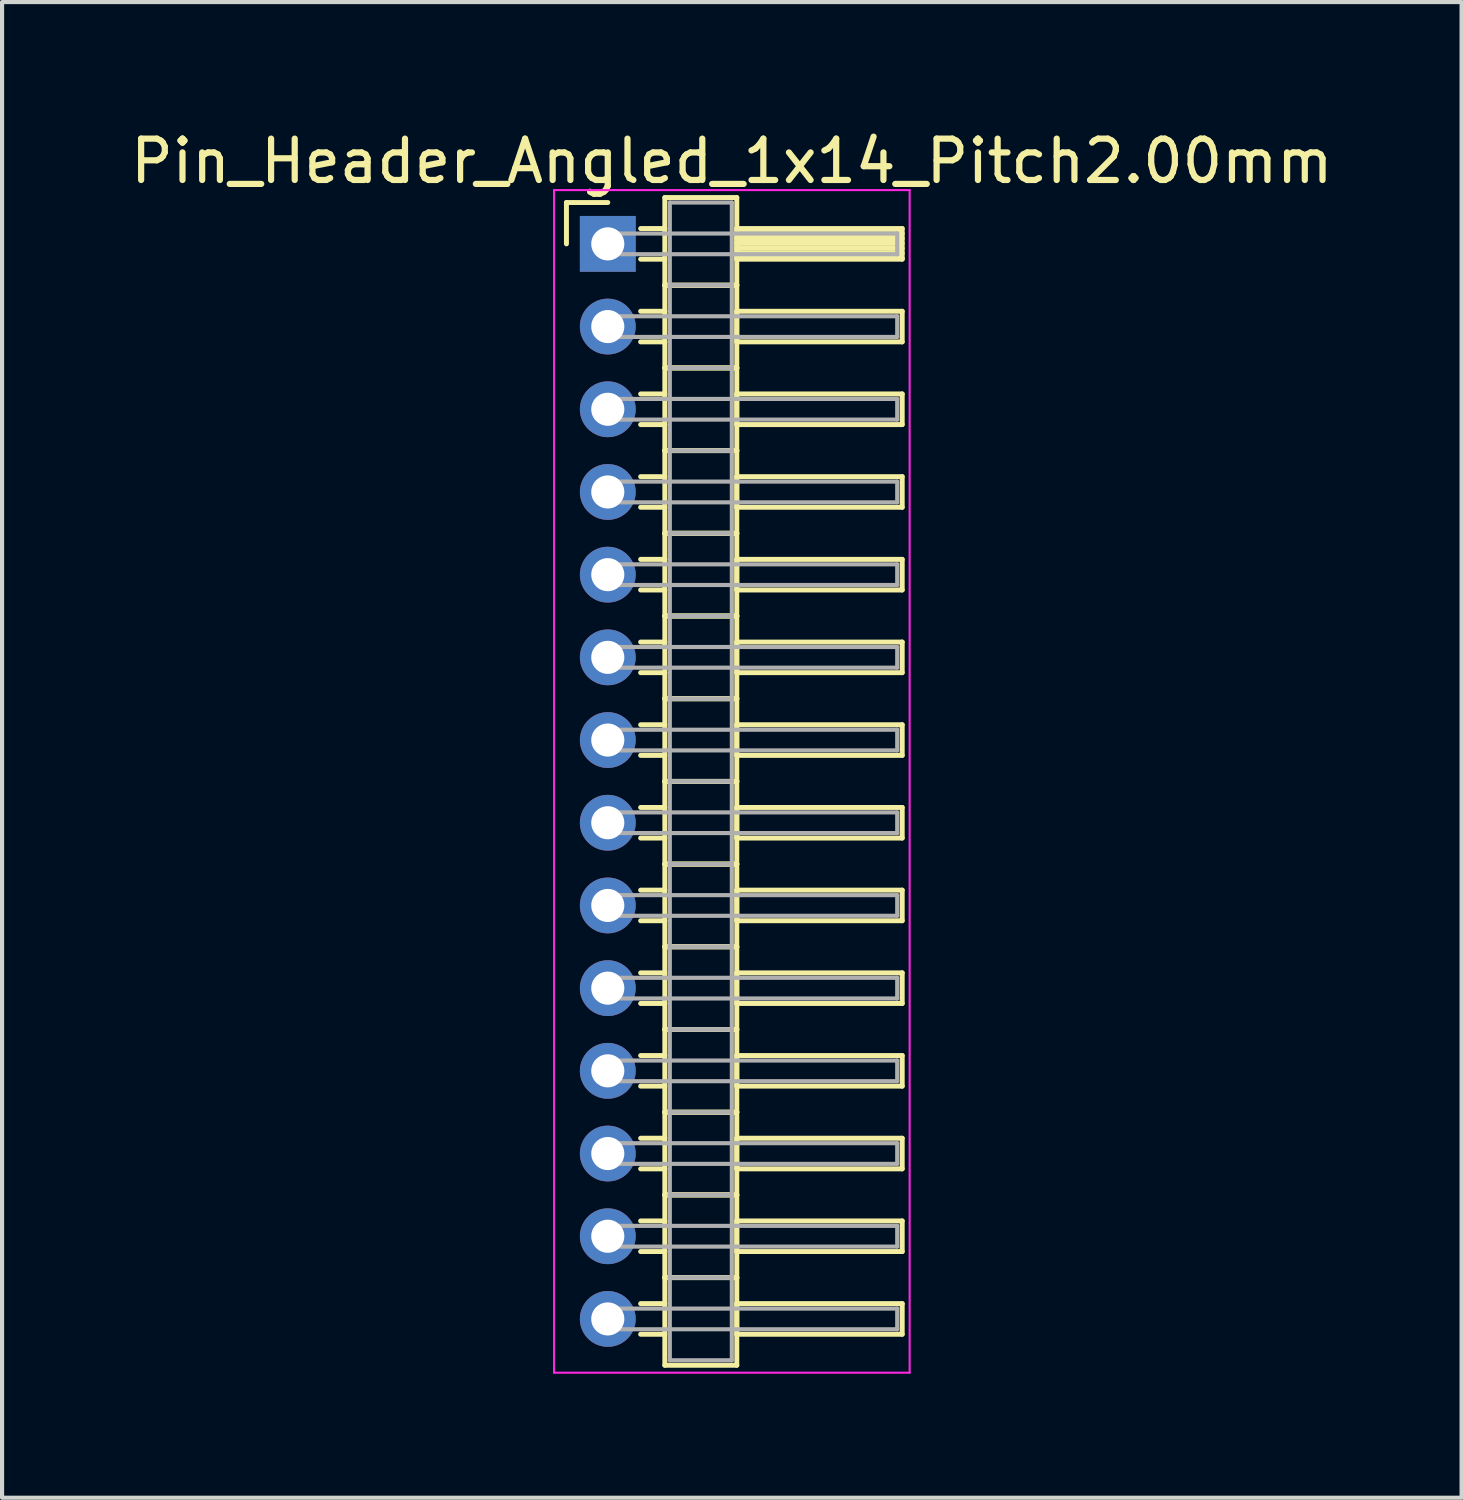
<source format=kicad_pcb>
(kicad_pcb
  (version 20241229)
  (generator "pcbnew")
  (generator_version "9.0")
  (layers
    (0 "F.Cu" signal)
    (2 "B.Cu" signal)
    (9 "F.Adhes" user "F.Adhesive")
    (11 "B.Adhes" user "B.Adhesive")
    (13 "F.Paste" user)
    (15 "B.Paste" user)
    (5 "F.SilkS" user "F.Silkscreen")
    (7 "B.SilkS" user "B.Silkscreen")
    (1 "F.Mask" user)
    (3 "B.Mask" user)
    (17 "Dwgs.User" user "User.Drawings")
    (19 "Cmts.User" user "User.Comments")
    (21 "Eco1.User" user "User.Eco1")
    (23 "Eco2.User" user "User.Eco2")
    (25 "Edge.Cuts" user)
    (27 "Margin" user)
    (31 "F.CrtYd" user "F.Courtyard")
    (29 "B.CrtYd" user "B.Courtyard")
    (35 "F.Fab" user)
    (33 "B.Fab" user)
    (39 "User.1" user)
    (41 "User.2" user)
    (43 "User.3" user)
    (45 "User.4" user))
  (footprint "Pin_Header_Angled_1x14_Pitch2.00mm"
    (layer "F.Cu")
    (at 11.649 2.848)
    (property "Reference" "Pin_Header_Angled_1x14_Pitch2.00mm" (at 3 -2 0) (layer "F.SilkS") (effects (font (size 1 1) (thickness 0.15))))
    (attr through_hole)
    (fp_line (start -1 -1) (end 0 -1) (stroke (width 0.12) (type solid)) (layer "F.SilkS"))
    (fp_line (start -1 0) (end -1 -1) (stroke (width 0.12) (type solid)) (layer "F.SilkS"))
    (fp_line (start 0.795 -0.37) (end 1.38 -0.37) (stroke (width 0.12) (type solid)) (layer "F.SilkS"))
    (fp_line (start 0.795 0.37) (end 1.38 0.37) (stroke (width 0.12) (type solid)) (layer "F.SilkS"))
    (fp_line (start 0.795 1.63) (end 1.38 1.63) (stroke (width 0.12) (type solid)) (layer "F.SilkS"))
    (fp_line (start 0.795 2.37) (end 1.38 2.37) (stroke (width 0.12) (type solid)) (layer "F.SilkS"))
    (fp_line (start 0.795 3.63) (end 1.38 3.63) (stroke (width 0.12) (type solid)) (layer "F.SilkS"))
    (fp_line (start 0.795 4.37) (end 1.38 4.37) (stroke (width 0.12) (type solid)) (layer "F.SilkS"))
    (fp_line (start 0.795 5.63) (end 1.38 5.63) (stroke (width 0.12) (type solid)) (layer "F.SilkS"))
    (fp_line (start 0.795 6.37) (end 1.38 6.37) (stroke (width 0.12) (type solid)) (layer "F.SilkS"))
    (fp_line (start 0.795 7.63) (end 1.38 7.63) (stroke (width 0.12) (type solid)) (layer "F.SilkS"))
    (fp_line (start 0.795 8.37) (end 1.38 8.37) (stroke (width 0.12) (type solid)) (layer "F.SilkS"))
    (fp_line (start 0.795 9.63) (end 1.38 9.63) (stroke (width 0.12) (type solid)) (layer "F.SilkS"))
    (fp_line (start 0.795 10.37) (end 1.38 10.37) (stroke (width 0.12) (type solid)) (layer "F.SilkS"))
    (fp_line (start 0.795 11.63) (end 1.38 11.63) (stroke (width 0.12) (type solid)) (layer "F.SilkS"))
    (fp_line (start 0.795 12.37) (end 1.38 12.37) (stroke (width 0.12) (type solid)) (layer "F.SilkS"))
    (fp_line (start 0.795 13.63) (end 1.38 13.63) (stroke (width 0.12) (type solid)) (layer "F.SilkS"))
    (fp_line (start 0.795 14.37) (end 1.38 14.37) (stroke (width 0.12) (type solid)) (layer "F.SilkS"))
    (fp_line (start 0.795 15.63) (end 1.38 15.63) (stroke (width 0.12) (type solid)) (layer "F.SilkS"))
    (fp_line (start 0.795 16.37) (end 1.38 16.37) (stroke (width 0.12) (type solid)) (layer "F.SilkS"))
    (fp_line (start 0.795 17.63) (end 1.38 17.63) (stroke (width 0.12) (type solid)) (layer "F.SilkS"))
    (fp_line (start 0.795 18.37) (end 1.38 18.37) (stroke (width 0.12) (type solid)) (layer "F.SilkS"))
    (fp_line (start 0.795 19.63) (end 1.38 19.63) (stroke (width 0.12) (type solid)) (layer "F.SilkS"))
    (fp_line (start 0.795 20.37) (end 1.38 20.37) (stroke (width 0.12) (type solid)) (layer "F.SilkS"))
    (fp_line (start 0.795 21.63) (end 1.38 21.63) (stroke (width 0.12) (type solid)) (layer "F.SilkS"))
    (fp_line (start 0.795 22.37) (end 1.38 22.37) (stroke (width 0.12) (type solid)) (layer "F.SilkS"))
    (fp_line (start 0.795 23.63) (end 1.38 23.63) (stroke (width 0.12) (type solid)) (layer "F.SilkS"))
    (fp_line (start 0.795 24.37) (end 1.38 24.37) (stroke (width 0.12) (type solid)) (layer "F.SilkS"))
    (fp_line (start 0.795 25.63) (end 1.38 25.63) (stroke (width 0.12) (type solid)) (layer "F.SilkS"))
    (fp_line (start 0.795 26.37) (end 1.38 26.37) (stroke (width 0.12) (type solid)) (layer "F.SilkS"))
    (fp_line (start 1.38 -1.12) (end 1.38 1) (stroke (width 0.12) (type solid)) (layer "F.SilkS"))
    (fp_line (start 1.38 1) (end 1.38 3) (stroke (width 0.12) (type solid)) (layer "F.SilkS"))
    (fp_line (start 1.38 1) (end 3.12 1) (stroke (width 0.12) (type solid)) (layer "F.SilkS"))
    (fp_line (start 1.38 3) (end 1.38 5) (stroke (width 0.12) (type solid)) (layer "F.SilkS"))
    (fp_line (start 1.38 3) (end 3.12 3) (stroke (width 0.12) (type solid)) (layer "F.SilkS"))
    (fp_line (start 1.38 5) (end 1.38 7) (stroke (width 0.12) (type solid)) (layer "F.SilkS"))
    (fp_line (start 1.38 5) (end 3.12 5) (stroke (width 0.12) (type solid)) (layer "F.SilkS"))
    (fp_line (start 1.38 7) (end 1.38 9) (stroke (width 0.12) (type solid)) (layer "F.SilkS"))
    (fp_line (start 1.38 7) (end 3.12 7) (stroke (width 0.12) (type solid)) (layer "F.SilkS"))
    (fp_line (start 1.38 9) (end 1.38 11) (stroke (width 0.12) (type solid)) (layer "F.SilkS"))
    (fp_line (start 1.38 9) (end 3.12 9) (stroke (width 0.12) (type solid)) (layer "F.SilkS"))
    (fp_line (start 1.38 11) (end 1.38 13) (stroke (width 0.12) (type solid)) (layer "F.SilkS"))
    (fp_line (start 1.38 11) (end 3.12 11) (stroke (width 0.12) (type solid)) (layer "F.SilkS"))
    (fp_line (start 1.38 13) (end 1.38 15) (stroke (width 0.12) (type solid)) (layer "F.SilkS"))
    (fp_line (start 1.38 13) (end 3.12 13) (stroke (width 0.12) (type solid)) (layer "F.SilkS"))
    (fp_line (start 1.38 15) (end 1.38 17) (stroke (width 0.12) (type solid)) (layer "F.SilkS"))
    (fp_line (start 1.38 15) (end 3.12 15) (stroke (width 0.12) (type solid)) (layer "F.SilkS"))
    (fp_line (start 1.38 17) (end 1.38 19) (stroke (width 0.12) (type solid)) (layer "F.SilkS"))
    (fp_line (start 1.38 17) (end 3.12 17) (stroke (width 0.12) (type solid)) (layer "F.SilkS"))
    (fp_line (start 1.38 19) (end 1.38 21) (stroke (width 0.12) (type solid)) (layer "F.SilkS"))
    (fp_line (start 1.38 19) (end 3.12 19) (stroke (width 0.12) (type solid)) (layer "F.SilkS"))
    (fp_line (start 1.38 21) (end 1.38 23) (stroke (width 0.12) (type solid)) (layer "F.SilkS"))
    (fp_line (start 1.38 21) (end 3.12 21) (stroke (width 0.12) (type solid)) (layer "F.SilkS"))
    (fp_line (start 1.38 23) (end 1.38 25) (stroke (width 0.12) (type solid)) (layer "F.SilkS"))
    (fp_line (start 1.38 23) (end 3.12 23) (stroke (width 0.12) (type solid)) (layer "F.SilkS"))
    (fp_line (start 1.38 25) (end 1.38 27.12) (stroke (width 0.12) (type solid)) (layer "F.SilkS"))
    (fp_line (start 1.38 25) (end 3.12 25) (stroke (width 0.12) (type solid)) (layer "F.SilkS"))
    (fp_line (start 1.38 27.12) (end 3.12 27.12) (stroke (width 0.12) (type solid)) (layer "F.SilkS"))
    (fp_line (start 3.12 -1.12) (end 1.38 -1.12) (stroke (width 0.12) (type solid)) (layer "F.SilkS"))
    (fp_line (start 3.12 -0.37) (end 3.12 0.37) (stroke (width 0.12) (type solid)) (layer "F.SilkS"))
    (fp_line (start 3.12 -0.25) (end 7.12 -0.25) (stroke (width 0.12) (type solid)) (layer "F.SilkS"))
    (fp_line (start 3.12 -0.13) (end 7.12 -0.13) (stroke (width 0.12) (type solid)) (layer "F.SilkS"))
    (fp_line (start 3.12 -0.01) (end 7.12 -0.01) (stroke (width 0.12) (type solid)) (layer "F.SilkS"))
    (fp_line (start 3.12 0.11) (end 7.12 0.11) (stroke (width 0.12) (type solid)) (layer "F.SilkS"))
    (fp_line (start 3.12 0.23) (end 7.12 0.23) (stroke (width 0.12) (type solid)) (layer "F.SilkS"))
    (fp_line (start 3.12 0.35) (end 7.12 0.35) (stroke (width 0.12) (type solid)) (layer "F.SilkS"))
    (fp_line (start 3.12 0.37) (end 7.12 0.37) (stroke (width 0.12) (type solid)) (layer "F.SilkS"))
    (fp_line (start 3.12 1) (end 1.38 1) (stroke (width 0.12) (type solid)) (layer "F.SilkS"))
    (fp_line (start 3.12 1) (end 3.12 -1.12) (stroke (width 0.12) (type solid)) (layer "F.SilkS"))
    (fp_line (start 3.12 1.63) (end 3.12 2.37) (stroke (width 0.12) (type solid)) (layer "F.SilkS"))
    (fp_line (start 3.12 2.37) (end 7.12 2.37) (stroke (width 0.12) (type solid)) (layer "F.SilkS"))
    (fp_line (start 3.12 3) (end 1.38 3) (stroke (width 0.12) (type solid)) (layer "F.SilkS"))
    (fp_line (start 3.12 3) (end 3.12 1) (stroke (width 0.12) (type solid)) (layer "F.SilkS"))
    (fp_line (start 3.12 3.63) (end 3.12 4.37) (stroke (width 0.12) (type solid)) (layer "F.SilkS"))
    (fp_line (start 3.12 4.37) (end 7.12 4.37) (stroke (width 0.12) (type solid)) (layer "F.SilkS"))
    (fp_line (start 3.12 5) (end 1.38 5) (stroke (width 0.12) (type solid)) (layer "F.SilkS"))
    (fp_line (start 3.12 5) (end 3.12 3) (stroke (width 0.12) (type solid)) (layer "F.SilkS"))
    (fp_line (start 3.12 5.63) (end 3.12 6.37) (stroke (width 0.12) (type solid)) (layer "F.SilkS"))
    (fp_line (start 3.12 6.37) (end 7.12 6.37) (stroke (width 0.12) (type solid)) (layer "F.SilkS"))
    (fp_line (start 3.12 7) (end 1.38 7) (stroke (width 0.12) (type solid)) (layer "F.SilkS"))
    (fp_line (start 3.12 7) (end 3.12 5) (stroke (width 0.12) (type solid)) (layer "F.SilkS"))
    (fp_line (start 3.12 7.63) (end 3.12 8.37) (stroke (width 0.12) (type solid)) (layer "F.SilkS"))
    (fp_line (start 3.12 8.37) (end 7.12 8.37) (stroke (width 0.12) (type solid)) (layer "F.SilkS"))
    (fp_line (start 3.12 9) (end 1.38 9) (stroke (width 0.12) (type solid)) (layer "F.SilkS"))
    (fp_line (start 3.12 9) (end 3.12 7) (stroke (width 0.12) (type solid)) (layer "F.SilkS"))
    (fp_line (start 3.12 9.63) (end 3.12 10.37) (stroke (width 0.12) (type solid)) (layer "F.SilkS"))
    (fp_line (start 3.12 10.37) (end 7.12 10.37) (stroke (width 0.12) (type solid)) (layer "F.SilkS"))
    (fp_line (start 3.12 11) (end 1.38 11) (stroke (width 0.12) (type solid)) (layer "F.SilkS"))
    (fp_line (start 3.12 11) (end 3.12 9) (stroke (width 0.12) (type solid)) (layer "F.SilkS"))
    (fp_line (start 3.12 11.63) (end 3.12 12.37) (stroke (width 0.12) (type solid)) (layer "F.SilkS"))
    (fp_line (start 3.12 12.37) (end 7.12 12.37) (stroke (width 0.12) (type solid)) (layer "F.SilkS"))
    (fp_line (start 3.12 13) (end 1.38 13) (stroke (width 0.12) (type solid)) (layer "F.SilkS"))
    (fp_line (start 3.12 13) (end 3.12 11) (stroke (width 0.12) (type solid)) (layer "F.SilkS"))
    (fp_line (start 3.12 13.63) (end 3.12 14.37) (stroke (width 0.12) (type solid)) (layer "F.SilkS"))
    (fp_line (start 3.12 14.37) (end 7.12 14.37) (stroke (width 0.12) (type solid)) (layer "F.SilkS"))
    (fp_line (start 3.12 15) (end 1.38 15) (stroke (width 0.12) (type solid)) (layer "F.SilkS"))
    (fp_line (start 3.12 15) (end 3.12 13) (stroke (width 0.12) (type solid)) (layer "F.SilkS"))
    (fp_line (start 3.12 15.63) (end 3.12 16.37) (stroke (width 0.12) (type solid)) (layer "F.SilkS"))
    (fp_line (start 3.12 16.37) (end 7.12 16.37) (stroke (width 0.12) (type solid)) (layer "F.SilkS"))
    (fp_line (start 3.12 17) (end 1.38 17) (stroke (width 0.12) (type solid)) (layer "F.SilkS"))
    (fp_line (start 3.12 17) (end 3.12 15) (stroke (width 0.12) (type solid)) (layer "F.SilkS"))
    (fp_line (start 3.12 17.63) (end 3.12 18.37) (stroke (width 0.12) (type solid)) (layer "F.SilkS"))
    (fp_line (start 3.12 18.37) (end 7.12 18.37) (stroke (width 0.12) (type solid)) (layer "F.SilkS"))
    (fp_line (start 3.12 19) (end 1.38 19) (stroke (width 0.12) (type solid)) (layer "F.SilkS"))
    (fp_line (start 3.12 19) (end 3.12 17) (stroke (width 0.12) (type solid)) (layer "F.SilkS"))
    (fp_line (start 3.12 19.63) (end 3.12 20.37) (stroke (width 0.12) (type solid)) (layer "F.SilkS"))
    (fp_line (start 3.12 20.37) (end 7.12 20.37) (stroke (width 0.12) (type solid)) (layer "F.SilkS"))
    (fp_line (start 3.12 21) (end 1.38 21) (stroke (width 0.12) (type solid)) (layer "F.SilkS"))
    (fp_line (start 3.12 21) (end 3.12 19) (stroke (width 0.12) (type solid)) (layer "F.SilkS"))
    (fp_line (start 3.12 21.63) (end 3.12 22.37) (stroke (width 0.12) (type solid)) (layer "F.SilkS"))
    (fp_line (start 3.12 22.37) (end 7.12 22.37) (stroke (width 0.12) (type solid)) (layer "F.SilkS"))
    (fp_line (start 3.12 23) (end 1.38 23) (stroke (width 0.12) (type solid)) (layer "F.SilkS"))
    (fp_line (start 3.12 23) (end 3.12 21) (stroke (width 0.12) (type solid)) (layer "F.SilkS"))
    (fp_line (start 3.12 23.63) (end 3.12 24.37) (stroke (width 0.12) (type solid)) (layer "F.SilkS"))
    (fp_line (start 3.12 24.37) (end 7.12 24.37) (stroke (width 0.12) (type solid)) (layer "F.SilkS"))
    (fp_line (start 3.12 25) (end 1.38 25) (stroke (width 0.12) (type solid)) (layer "F.SilkS"))
    (fp_line (start 3.12 25) (end 3.12 23) (stroke (width 0.12) (type solid)) (layer "F.SilkS"))
    (fp_line (start 3.12 25.63) (end 3.12 26.37) (stroke (width 0.12) (type solid)) (layer "F.SilkS"))
    (fp_line (start 3.12 26.37) (end 7.12 26.37) (stroke (width 0.12) (type solid)) (layer "F.SilkS"))
    (fp_line (start 3.12 27.12) (end 3.12 25) (stroke (width 0.12) (type solid)) (layer "F.SilkS"))
    (fp_line (start 7.12 -0.37) (end 3.12 -0.37) (stroke (width 0.12) (type solid)) (layer "F.SilkS"))
    (fp_line (start 7.12 0.37) (end 7.12 -0.37) (stroke (width 0.12) (type solid)) (layer "F.SilkS"))
    (fp_line (start 7.12 1.63) (end 3.12 1.63) (stroke (width 0.12) (type solid)) (layer "F.SilkS"))
    (fp_line (start 7.12 2.37) (end 7.12 1.63) (stroke (width 0.12) (type solid)) (layer "F.SilkS"))
    (fp_line (start 7.12 3.63) (end 3.12 3.63) (stroke (width 0.12) (type solid)) (layer "F.SilkS"))
    (fp_line (start 7.12 4.37) (end 7.12 3.63) (stroke (width 0.12) (type solid)) (layer "F.SilkS"))
    (fp_line (start 7.12 5.63) (end 3.12 5.63) (stroke (width 0.12) (type solid)) (layer "F.SilkS"))
    (fp_line (start 7.12 6.37) (end 7.12 5.63) (stroke (width 0.12) (type solid)) (layer "F.SilkS"))
    (fp_line (start 7.12 7.63) (end 3.12 7.63) (stroke (width 0.12) (type solid)) (layer "F.SilkS"))
    (fp_line (start 7.12 8.37) (end 7.12 7.63) (stroke (width 0.12) (type solid)) (layer "F.SilkS"))
    (fp_line (start 7.12 9.63) (end 3.12 9.63) (stroke (width 0.12) (type solid)) (layer "F.SilkS"))
    (fp_line (start 7.12 10.37) (end 7.12 9.63) (stroke (width 0.12) (type solid)) (layer "F.SilkS"))
    (fp_line (start 7.12 11.63) (end 3.12 11.63) (stroke (width 0.12) (type solid)) (layer "F.SilkS"))
    (fp_line (start 7.12 12.37) (end 7.12 11.63) (stroke (width 0.12) (type solid)) (layer "F.SilkS"))
    (fp_line (start 7.12 13.63) (end 3.12 13.63) (stroke (width 0.12) (type solid)) (layer "F.SilkS"))
    (fp_line (start 7.12 14.37) (end 7.12 13.63) (stroke (width 0.12) (type solid)) (layer "F.SilkS"))
    (fp_line (start 7.12 15.63) (end 3.12 15.63) (stroke (width 0.12) (type solid)) (layer "F.SilkS"))
    (fp_line (start 7.12 16.37) (end 7.12 15.63) (stroke (width 0.12) (type solid)) (layer "F.SilkS"))
    (fp_line (start 7.12 17.63) (end 3.12 17.63) (stroke (width 0.12) (type solid)) (layer "F.SilkS"))
    (fp_line (start 7.12 18.37) (end 7.12 17.63) (stroke (width 0.12) (type solid)) (layer "F.SilkS"))
    (fp_line (start 7.12 19.63) (end 3.12 19.63) (stroke (width 0.12) (type solid)) (layer "F.SilkS"))
    (fp_line (start 7.12 20.37) (end 7.12 19.63) (stroke (width 0.12) (type solid)) (layer "F.SilkS"))
    (fp_line (start 7.12 21.63) (end 3.12 21.63) (stroke (width 0.12) (type solid)) (layer "F.SilkS"))
    (fp_line (start 7.12 22.37) (end 7.12 21.63) (stroke (width 0.12) (type solid)) (layer "F.SilkS"))
    (fp_line (start 7.12 23.63) (end 3.12 23.63) (stroke (width 0.12) (type solid)) (layer "F.SilkS"))
    (fp_line (start 7.12 24.37) (end 7.12 23.63) (stroke (width 0.12) (type solid)) (layer "F.SilkS"))
    (fp_line (start 7.12 25.63) (end 3.12 25.63) (stroke (width 0.12) (type solid)) (layer "F.SilkS"))
    (fp_line (start 7.12 26.37) (end 7.12 25.63) (stroke (width 0.12) (type solid)) (layer "F.SilkS"))
    (fp_line (start -1.3 -1.3) (end -1.3 27.3) (stroke (width 0.05) (type solid)) (layer "F.CrtYd"))
    (fp_line (start -1.3 27.3) (end 7.3 27.3) (stroke (width 0.05) (type solid)) (layer "F.CrtYd"))
    (fp_line (start 7.3 -1.3) (end -1.3 -1.3) (stroke (width 0.05) (type solid)) (layer "F.CrtYd"))
    (fp_line (start 7.3 27.3) (end 7.3 -1.3) (stroke (width 0.05) (type solid)) (layer "F.CrtYd"))
    (fp_line (start 0 -0.25) (end 0 0.25) (stroke (width 0.1) (type solid)) (layer "F.Fab"))
    (fp_line (start 0 0.25) (end 7 0.25) (stroke (width 0.1) (type solid)) (layer "F.Fab"))
    (fp_line (start 0 1.75) (end 0 2.25) (stroke (width 0.1) (type solid)) (layer "F.Fab"))
    (fp_line (start 0 2.25) (end 7 2.25) (stroke (width 0.1) (type solid)) (layer "F.Fab"))
    (fp_line (start 0 3.75) (end 0 4.25) (stroke (width 0.1) (type solid)) (layer "F.Fab"))
    (fp_line (start 0 4.25) (end 7 4.25) (stroke (width 0.1) (type solid)) (layer "F.Fab"))
    (fp_line (start 0 5.75) (end 0 6.25) (stroke (width 0.1) (type solid)) (layer "F.Fab"))
    (fp_line (start 0 6.25) (end 7 6.25) (stroke (width 0.1) (type solid)) (layer "F.Fab"))
    (fp_line (start 0 7.75) (end 0 8.25) (stroke (width 0.1) (type solid)) (layer "F.Fab"))
    (fp_line (start 0 8.25) (end 7 8.25) (stroke (width 0.1) (type solid)) (layer "F.Fab"))
    (fp_line (start 0 9.75) (end 0 10.25) (stroke (width 0.1) (type solid)) (layer "F.Fab"))
    (fp_line (start 0 10.25) (end 7 10.25) (stroke (width 0.1) (type solid)) (layer "F.Fab"))
    (fp_line (start 0 11.75) (end 0 12.25) (stroke (width 0.1) (type solid)) (layer "F.Fab"))
    (fp_line (start 0 12.25) (end 7 12.25) (stroke (width 0.1) (type solid)) (layer "F.Fab"))
    (fp_line (start 0 13.75) (end 0 14.25) (stroke (width 0.1) (type solid)) (layer "F.Fab"))
    (fp_line (start 0 14.25) (end 7 14.25) (stroke (width 0.1) (type solid)) (layer "F.Fab"))
    (fp_line (start 0 15.75) (end 0 16.25) (stroke (width 0.1) (type solid)) (layer "F.Fab"))
    (fp_line (start 0 16.25) (end 7 16.25) (stroke (width 0.1) (type solid)) (layer "F.Fab"))
    (fp_line (start 0 17.75) (end 0 18.25) (stroke (width 0.1) (type solid)) (layer "F.Fab"))
    (fp_line (start 0 18.25) (end 7 18.25) (stroke (width 0.1) (type solid)) (layer "F.Fab"))
    (fp_line (start 0 19.75) (end 0 20.25) (stroke (width 0.1) (type solid)) (layer "F.Fab"))
    (fp_line (start 0 20.25) (end 7 20.25) (stroke (width 0.1) (type solid)) (layer "F.Fab"))
    (fp_line (start 0 21.75) (end 0 22.25) (stroke (width 0.1) (type solid)) (layer "F.Fab"))
    (fp_line (start 0 22.25) (end 7 22.25) (stroke (width 0.1) (type solid)) (layer "F.Fab"))
    (fp_line (start 0 23.75) (end 0 24.25) (stroke (width 0.1) (type solid)) (layer "F.Fab"))
    (fp_line (start 0 24.25) (end 7 24.25) (stroke (width 0.1) (type solid)) (layer "F.Fab"))
    (fp_line (start 0 25.75) (end 0 26.25) (stroke (width 0.1) (type solid)) (layer "F.Fab"))
    (fp_line (start 0 26.25) (end 7 26.25) (stroke (width 0.1) (type solid)) (layer "F.Fab"))
    (fp_line (start 1.5 -1) (end 1.5 1) (stroke (width 0.1) (type solid)) (layer "F.Fab"))
    (fp_line (start 1.5 1) (end 1.5 3) (stroke (width 0.1) (type solid)) (layer "F.Fab"))
    (fp_line (start 1.5 1) (end 3 1) (stroke (width 0.1) (type solid)) (layer "F.Fab"))
    (fp_line (start 1.5 3) (end 1.5 5) (stroke (width 0.1) (type solid)) (layer "F.Fab"))
    (fp_line (start 1.5 3) (end 3 3) (stroke (width 0.1) (type solid)) (layer "F.Fab"))
    (fp_line (start 1.5 5) (end 1.5 7) (stroke (width 0.1) (type solid)) (layer "F.Fab"))
    (fp_line (start 1.5 5) (end 3 5) (stroke (width 0.1) (type solid)) (layer "F.Fab"))
    (fp_line (start 1.5 7) (end 1.5 9) (stroke (width 0.1) (type solid)) (layer "F.Fab"))
    (fp_line (start 1.5 7) (end 3 7) (stroke (width 0.1) (type solid)) (layer "F.Fab"))
    (fp_line (start 1.5 9) (end 1.5 11) (stroke (width 0.1) (type solid)) (layer "F.Fab"))
    (fp_line (start 1.5 9) (end 3 9) (stroke (width 0.1) (type solid)) (layer "F.Fab"))
    (fp_line (start 1.5 11) (end 1.5 13) (stroke (width 0.1) (type solid)) (layer "F.Fab"))
    (fp_line (start 1.5 11) (end 3 11) (stroke (width 0.1) (type solid)) (layer "F.Fab"))
    (fp_line (start 1.5 13) (end 1.5 15) (stroke (width 0.1) (type solid)) (layer "F.Fab"))
    (fp_line (start 1.5 13) (end 3 13) (stroke (width 0.1) (type solid)) (layer "F.Fab"))
    (fp_line (start 1.5 15) (end 1.5 17) (stroke (width 0.1) (type solid)) (layer "F.Fab"))
    (fp_line (start 1.5 15) (end 3 15) (stroke (width 0.1) (type solid)) (layer "F.Fab"))
    (fp_line (start 1.5 17) (end 1.5 19) (stroke (width 0.1) (type solid)) (layer "F.Fab"))
    (fp_line (start 1.5 17) (end 3 17) (stroke (width 0.1) (type solid)) (layer "F.Fab"))
    (fp_line (start 1.5 19) (end 1.5 21) (stroke (width 0.1) (type solid)) (layer "F.Fab"))
    (fp_line (start 1.5 19) (end 3 19) (stroke (width 0.1) (type solid)) (layer "F.Fab"))
    (fp_line (start 1.5 21) (end 1.5 23) (stroke (width 0.1) (type solid)) (layer "F.Fab"))
    (fp_line (start 1.5 21) (end 3 21) (stroke (width 0.1) (type solid)) (layer "F.Fab"))
    (fp_line (start 1.5 23) (end 1.5 25) (stroke (width 0.1) (type solid)) (layer "F.Fab"))
    (fp_line (start 1.5 23) (end 3 23) (stroke (width 0.1) (type solid)) (layer "F.Fab"))
    (fp_line (start 1.5 25) (end 1.5 27) (stroke (width 0.1) (type solid)) (layer "F.Fab"))
    (fp_line (start 1.5 25) (end 3 25) (stroke (width 0.1) (type solid)) (layer "F.Fab"))
    (fp_line (start 1.5 27) (end 3 27) (stroke (width 0.1) (type solid)) (layer "F.Fab"))
    (fp_line (start 3 -1) (end 1.5 -1) (stroke (width 0.1) (type solid)) (layer "F.Fab"))
    (fp_line (start 3 1) (end 1.5 1) (stroke (width 0.1) (type solid)) (layer "F.Fab"))
    (fp_line (start 3 1) (end 3 -1) (stroke (width 0.1) (type solid)) (layer "F.Fab"))
    (fp_line (start 3 3) (end 1.5 3) (stroke (width 0.1) (type solid)) (layer "F.Fab"))
    (fp_line (start 3 3) (end 3 1) (stroke (width 0.1) (type solid)) (layer "F.Fab"))
    (fp_line (start 3 5) (end 1.5 5) (stroke (width 0.1) (type solid)) (layer "F.Fab"))
    (fp_line (start 3 5) (end 3 3) (stroke (width 0.1) (type solid)) (layer "F.Fab"))
    (fp_line (start 3 7) (end 1.5 7) (stroke (width 0.1) (type solid)) (layer "F.Fab"))
    (fp_line (start 3 7) (end 3 5) (stroke (width 0.1) (type solid)) (layer "F.Fab"))
    (fp_line (start 3 9) (end 1.5 9) (stroke (width 0.1) (type solid)) (layer "F.Fab"))
    (fp_line (start 3 9) (end 3 7) (stroke (width 0.1) (type solid)) (layer "F.Fab"))
    (fp_line (start 3 11) (end 1.5 11) (stroke (width 0.1) (type solid)) (layer "F.Fab"))
    (fp_line (start 3 11) (end 3 9) (stroke (width 0.1) (type solid)) (layer "F.Fab"))
    (fp_line (start 3 13) (end 1.5 13) (stroke (width 0.1) (type solid)) (layer "F.Fab"))
    (fp_line (start 3 13) (end 3 11) (stroke (width 0.1) (type solid)) (layer "F.Fab"))
    (fp_line (start 3 15) (end 1.5 15) (stroke (width 0.1) (type solid)) (layer "F.Fab"))
    (fp_line (start 3 15) (end 3 13) (stroke (width 0.1) (type solid)) (layer "F.Fab"))
    (fp_line (start 3 17) (end 1.5 17) (stroke (width 0.1) (type solid)) (layer "F.Fab"))
    (fp_line (start 3 17) (end 3 15) (stroke (width 0.1) (type solid)) (layer "F.Fab"))
    (fp_line (start 3 19) (end 1.5 19) (stroke (width 0.1) (type solid)) (layer "F.Fab"))
    (fp_line (start 3 19) (end 3 17) (stroke (width 0.1) (type solid)) (layer "F.Fab"))
    (fp_line (start 3 21) (end 1.5 21) (stroke (width 0.1) (type solid)) (layer "F.Fab"))
    (fp_line (start 3 21) (end 3 19) (stroke (width 0.1) (type solid)) (layer "F.Fab"))
    (fp_line (start 3 23) (end 1.5 23) (stroke (width 0.1) (type solid)) (layer "F.Fab"))
    (fp_line (start 3 23) (end 3 21) (stroke (width 0.1) (type solid)) (layer "F.Fab"))
    (fp_line (start 3 25) (end 1.5 25) (stroke (width 0.1) (type solid)) (layer "F.Fab"))
    (fp_line (start 3 25) (end 3 23) (stroke (width 0.1) (type solid)) (layer "F.Fab"))
    (fp_line (start 3 27) (end 3 25) (stroke (width 0.1) (type solid)) (layer "F.Fab"))
    (fp_line (start 7 -0.25) (end 0 -0.25) (stroke (width 0.1) (type solid)) (layer "F.Fab"))
    (fp_line (start 7 0.25) (end 7 -0.25) (stroke (width 0.1) (type solid)) (layer "F.Fab"))
    (fp_line (start 7 1.75) (end 0 1.75) (stroke (width 0.1) (type solid)) (layer "F.Fab"))
    (fp_line (start 7 2.25) (end 7 1.75) (stroke (width 0.1) (type solid)) (layer "F.Fab"))
    (fp_line (start 7 3.75) (end 0 3.75) (stroke (width 0.1) (type solid)) (layer "F.Fab"))
    (fp_line (start 7 4.25) (end 7 3.75) (stroke (width 0.1) (type solid)) (layer "F.Fab"))
    (fp_line (start 7 5.75) (end 0 5.75) (stroke (width 0.1) (type solid)) (layer "F.Fab"))
    (fp_line (start 7 6.25) (end 7 5.75) (stroke (width 0.1) (type solid)) (layer "F.Fab"))
    (fp_line (start 7 7.75) (end 0 7.75) (stroke (width 0.1) (type solid)) (layer "F.Fab"))
    (fp_line (start 7 8.25) (end 7 7.75) (stroke (width 0.1) (type solid)) (layer "F.Fab"))
    (fp_line (start 7 9.75) (end 0 9.75) (stroke (width 0.1) (type solid)) (layer "F.Fab"))
    (fp_line (start 7 10.25) (end 7 9.75) (stroke (width 0.1) (type solid)) (layer "F.Fab"))
    (fp_line (start 7 11.75) (end 0 11.75) (stroke (width 0.1) (type solid)) (layer "F.Fab"))
    (fp_line (start 7 12.25) (end 7 11.75) (stroke (width 0.1) (type solid)) (layer "F.Fab"))
    (fp_line (start 7 13.75) (end 0 13.75) (stroke (width 0.1) (type solid)) (layer "F.Fab"))
    (fp_line (start 7 14.25) (end 7 13.75) (stroke (width 0.1) (type solid)) (layer "F.Fab"))
    (fp_line (start 7 15.75) (end 0 15.75) (stroke (width 0.1) (type solid)) (layer "F.Fab"))
    (fp_line (start 7 16.25) (end 7 15.75) (stroke (width 0.1) (type solid)) (layer "F.Fab"))
    (fp_line (start 7 17.75) (end 0 17.75) (stroke (width 0.1) (type solid)) (layer "F.Fab"))
    (fp_line (start 7 18.25) (end 7 17.75) (stroke (width 0.1) (type solid)) (layer "F.Fab"))
    (fp_line (start 7 19.75) (end 0 19.75) (stroke (width 0.1) (type solid)) (layer "F.Fab"))
    (fp_line (start 7 20.25) (end 7 19.75) (stroke (width 0.1) (type solid)) (layer "F.Fab"))
    (fp_line (start 7 21.75) (end 0 21.75) (stroke (width 0.1) (type solid)) (layer "F.Fab"))
    (fp_line (start 7 22.25) (end 7 21.75) (stroke (width 0.1) (type solid)) (layer "F.Fab"))
    (fp_line (start 7 23.75) (end 0 23.75) (stroke (width 0.1) (type solid)) (layer "F.Fab"))
    (fp_line (start 7 24.25) (end 7 23.75) (stroke (width 0.1) (type solid)) (layer "F.Fab"))
    (fp_line (start 7 25.75) (end 0 25.75) (stroke (width 0.1) (type solid)) (layer "F.Fab"))
    (fp_line (start 7 26.25) (end 7 25.75) (stroke (width 0.1) (type solid)) (layer "F.Fab"))
    (pad "1" thru_hole rect (at 0 0) (size 1.35 1.35) (drill 0.8) (layers "*.Cu" "*.Mask"))
    (pad "2" thru_hole oval (at 0 2) (size 1.35 1.35) (drill 0.8) (layers "*.Cu" "*.Mask"))
    (pad "3" thru_hole oval (at 0 4) (size 1.35 1.35) (drill 0.8) (layers "*.Cu" "*.Mask"))
    (pad "4" thru_hole oval (at 0 6) (size 1.35 1.35) (drill 0.8) (layers "*.Cu" "*.Mask"))
    (pad "5" thru_hole oval (at 0 8) (size 1.35 1.35) (drill 0.8) (layers "*.Cu" "*.Mask"))
    (pad "6" thru_hole oval (at 0 10) (size 1.35 1.35) (drill 0.8) (layers "*.Cu" "*.Mask"))
    (pad "7" thru_hole oval (at 0 12) (size 1.35 1.35) (drill 0.8) (layers "*.Cu" "*.Mask"))
    (pad "8" thru_hole oval (at 0 14) (size 1.35 1.35) (drill 0.8) (layers "*.Cu" "*.Mask"))
    (pad "9" thru_hole oval (at 0 16) (size 1.35 1.35) (drill 0.8) (layers "*.Cu" "*.Mask"))
    (pad "10" thru_hole oval (at 0 18) (size 1.35 1.35) (drill 0.8) (layers "*.Cu" "*.Mask"))
    (pad "11" thru_hole oval (at 0 20) (size 1.35 1.35) (drill 0.8) (layers "*.Cu" "*.Mask"))
    (pad "12" thru_hole oval (at 0 22) (size 1.35 1.35) (drill 0.8) (layers "*.Cu" "*.Mask"))
    (pad "13" thru_hole oval (at 0 24) (size 1.35 1.35) (drill 0.8) (layers "*.Cu" "*.Mask"))
    (pad "14" thru_hole oval (at 0 26) (size 1.35 1.35) (drill 0.8) (layers "*.Cu" "*.Mask")))
  (gr_rect
    (start -3 -3)
    (end 32.298 33.173)
    (stroke (width 0.1) (type default))
    (fill no)
    (layer "Edge.Cuts")))
</source>
